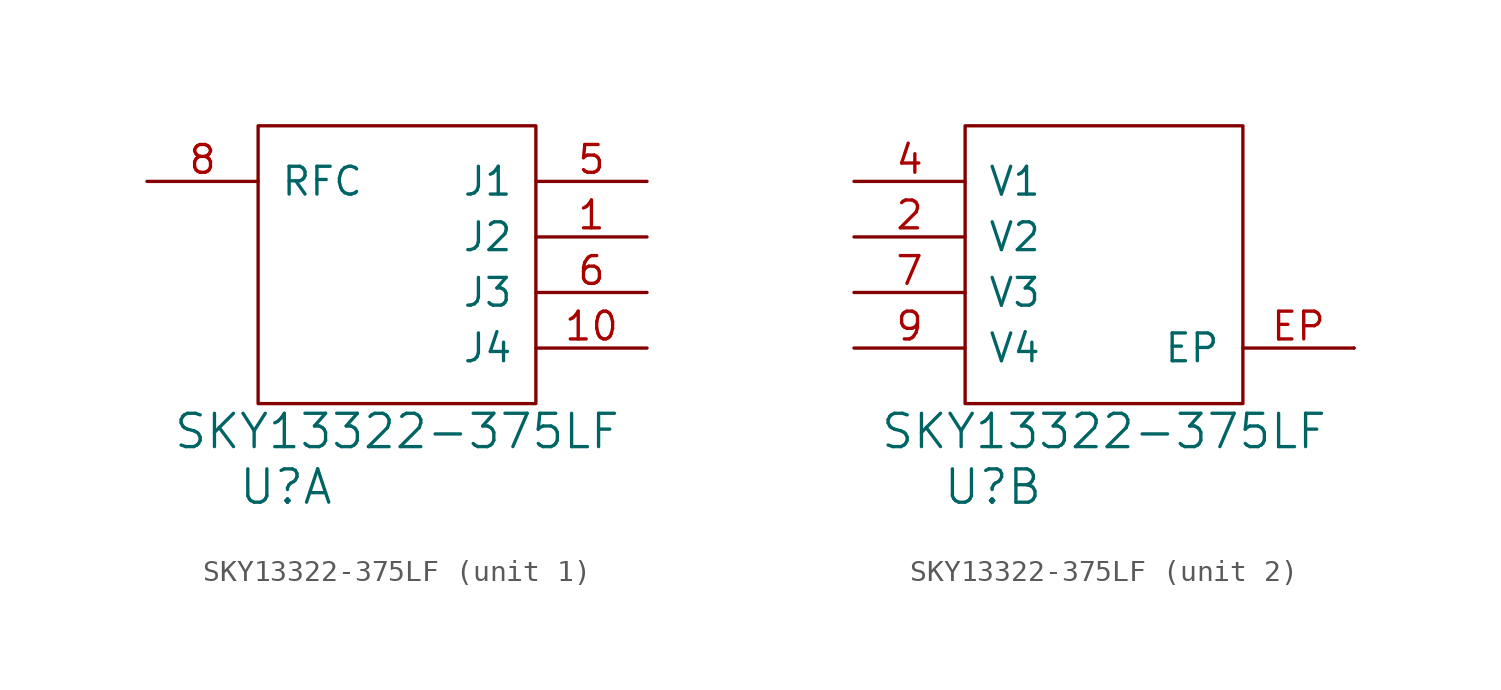
<source format=kicad_sym>
(kicad_symbol_lib
  (version 20220914)
  (generator kicad_symbol_editor)
  (symbol "SKY13322-375LF"
    (pin_names
      (offset 1.016))
    (property "Reference" "U"
      (at 1.27 -3.81 0)
      (effects (font (size 1.524 1.524))))
    (property "Value" "SKY13322-375LF"
      (at 6.35 -1.27 0)
      (effects (font (size 1.524 1.524))))
    (property "ki_locked" ""
      (at 0 0 0)
      (effects (font (size 1.27 1.27))))
    (symbol "SKY13322-375LF_1_1"
      (rectangle (start 0 12.7) (end 12.7 0) (stroke (width 0) (type solid)) (fill (type none)))
      (pin bidirectional line (at 17.78 7.62 180) (length 5.08) (name "J2" (effects (font (size 1.27 1.27)))) (number "1" (effects (font (size 1.27 1.27)))))
      (pin bidirectional line (at 17.78 2.54 180) (length 5.08) (name "J4" (effects (font (size 1.27 1.27)))) (number "10" (effects (font (size 1.27 1.27)))))
      (pin bidirectional line (at 17.78 10.16 180) (length 5.08) (name "J1" (effects (font (size 1.27 1.27)))) (number "5" (effects (font (size 1.27 1.27)))))
      (pin bidirectional line (at 17.78 5.08 180) (length 5.08) (name "J3" (effects (font (size 1.27 1.27)))) (number "6" (effects (font (size 1.27 1.27)))))
      (pin bidirectional line (at -5.08 10.16 0) (length 5.08) (name "RFC" (effects (font (size 1.27 1.27)))) (number "8" (effects (font (size 1.27 1.27))))))
    (symbol "SKY13322-375LF_2_1"
      (rectangle (start 0 0) (end 12.7 12.7) (stroke (width 0) (type solid)) (fill (type none)))
      (rectangle (start 17.78 2.54) (end 17.78 2.54) (stroke (width 0) (type solid)) (fill (type none)))
      (pin input line (at -5.08 7.62 0) (length 5.08) (name "V2" (effects (font (size 1.27 1.27)))) (number "2" (effects (font (size 1.27 1.27)))))
      (pin input line (at -5.08 10.16 0) (length 5.08) (name "V1" (effects (font (size 1.27 1.27)))) (number "4" (effects (font (size 1.27 1.27)))))
      (pin input line (at -5.08 5.08 0) (length 5.08) (name "V3" (effects (font (size 1.27 1.27)))) (number "7" (effects (font (size 1.27 1.27)))))
      (pin input line (at -5.08 2.54 0) (length 5.08) (name "V4" (effects (font (size 1.27 1.27)))) (number "9" (effects (font (size 1.27 1.27)))))
      (pin power_in line (at 17.78 2.54 180) (length 5.08) (name "EP" (effects (font (size 1.27 1.27)))) (number "EP" (effects (font (size 1.27 1.27))))))))
</source>
